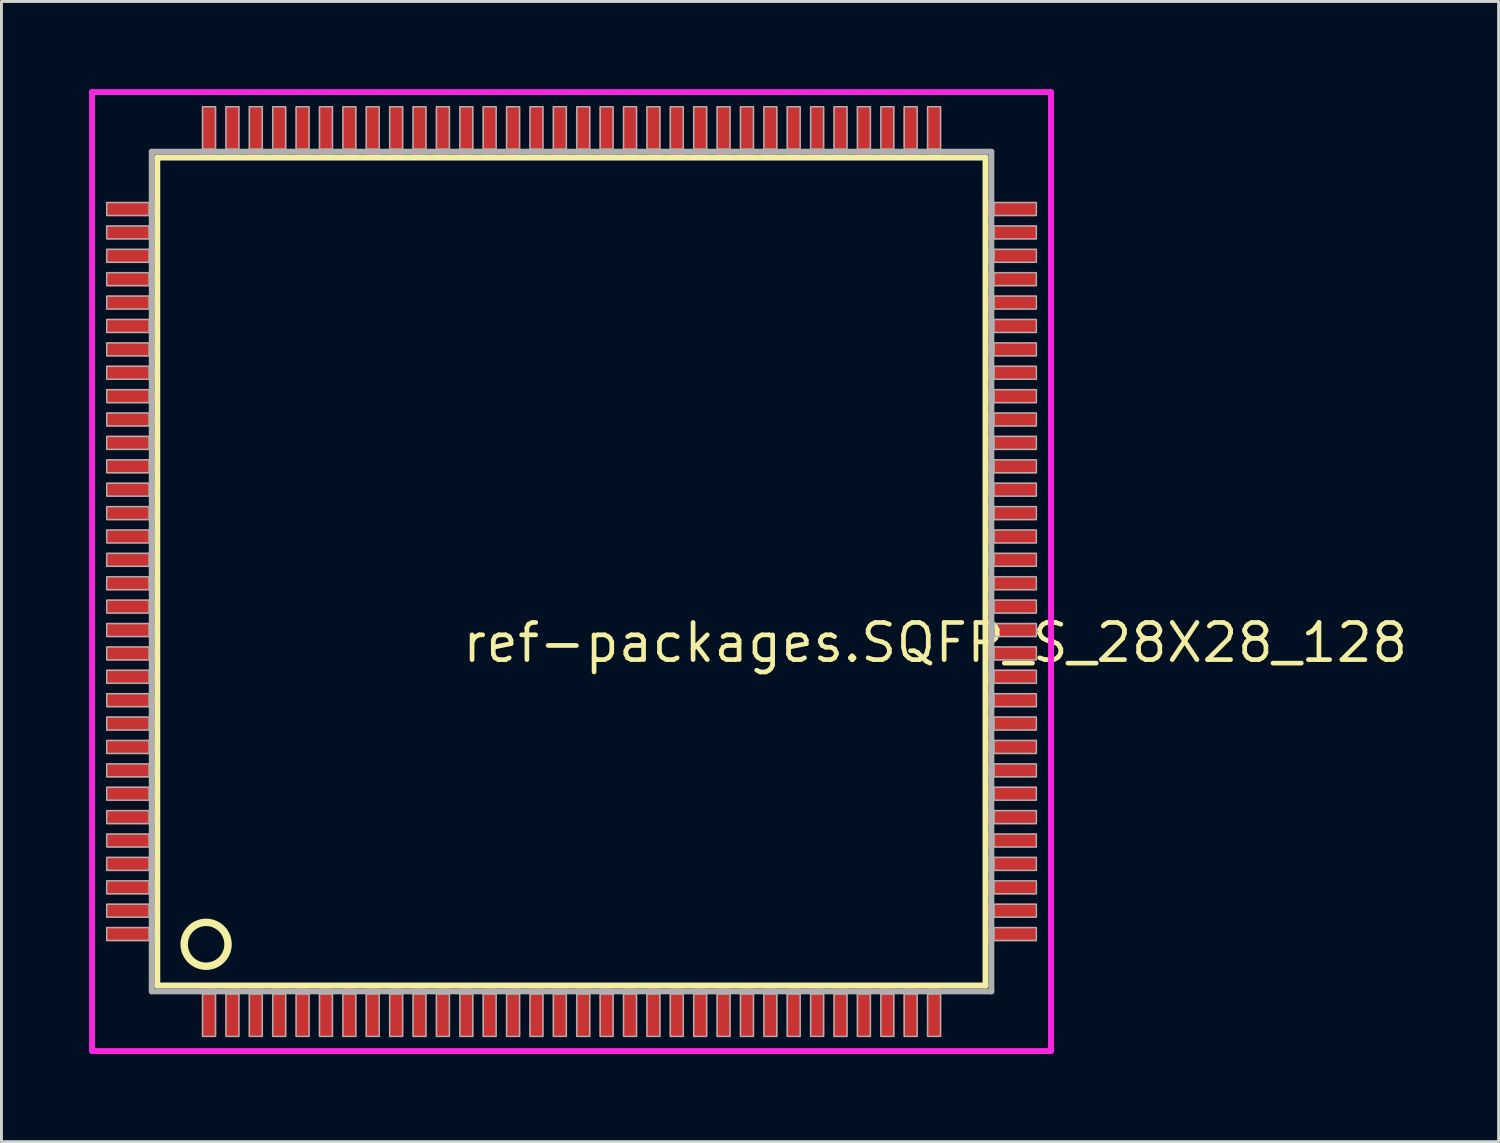
<source format=kicad_pcb>
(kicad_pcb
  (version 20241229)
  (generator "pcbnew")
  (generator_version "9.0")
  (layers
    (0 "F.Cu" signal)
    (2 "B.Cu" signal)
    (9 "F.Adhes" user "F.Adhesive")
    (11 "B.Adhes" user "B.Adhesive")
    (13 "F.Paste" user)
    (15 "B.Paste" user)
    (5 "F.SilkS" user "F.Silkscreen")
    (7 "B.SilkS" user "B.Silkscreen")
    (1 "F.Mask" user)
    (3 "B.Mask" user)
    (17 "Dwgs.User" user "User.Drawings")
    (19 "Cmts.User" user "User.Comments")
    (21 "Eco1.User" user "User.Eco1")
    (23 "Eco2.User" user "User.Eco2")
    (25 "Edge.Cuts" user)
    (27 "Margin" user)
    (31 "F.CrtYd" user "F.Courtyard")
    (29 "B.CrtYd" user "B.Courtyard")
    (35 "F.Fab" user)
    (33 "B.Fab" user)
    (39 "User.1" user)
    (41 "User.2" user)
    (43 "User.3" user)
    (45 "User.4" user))
  (footprint "ref-packages.SQFP_S_28X28_128"
    (layer "F.Cu")
    (at 16.5 16.5)
    (property "Reference" "ref-packages.SQFP_S_28X28_128" (at -3.81 3.175 0) (layer "F.SilkS") (effects (font (size 1.27 1.27) (thickness 0.16)) (justify left bottom)))
    (attr smd)
    (fp_line (start -14.17 -14.16) (end 14.16 -14.16) (stroke (width 0.203) (type default)) (layer "F.SilkS"))
    (fp_line (start -14.17 14.16) (end -14.17 -14.16) (stroke (width 0.203) (type default)) (layer "F.SilkS"))
    (fp_line (start 14.16 -14.16) (end 14.16 14.16) (stroke (width 0.203) (type default)) (layer "F.SilkS"))
    (fp_line (start 14.16 14.16) (end -14.17 14.16) (stroke (width 0.203) (type default)) (layer "F.SilkS"))
    (fp_circle (center -12.5 12.75) (end -11.75 12.75) (stroke (width 0.254) (type default)) (fill no) (layer "F.SilkS"))
    (fp_line (start -16.4 -16.4) (end 16.4 -16.4) (stroke (width 0.2) (type default)) (layer "F.CrtYd"))
    (fp_line (start -16.4 16.4) (end -16.4 -16.4) (stroke (width 0.2) (type default)) (layer "F.CrtYd"))
    (fp_line (start 16.4 -16.4) (end 16.4 16.4) (stroke (width 0.2) (type default)) (layer "F.CrtYd"))
    (fp_line (start 16.4 16.4) (end -16.4 16.4) (stroke (width 0.2) (type default)) (layer "F.CrtYd"))
    (fp_line (start -14.36 -14.36) (end -14.36 14.36) (stroke (width 0.203) (type default)) (layer "F.Fab"))
    (fp_line (start -14.36 14.36) (end 14.36 14.36) (stroke (width 0.203) (type default)) (layer "F.Fab"))
    (fp_line (start 14.36 -14.36) (end -14.36 -14.36) (stroke (width 0.203) (type default)) (layer "F.Fab"))
    (fp_line (start 14.36 14.36) (end 14.36 -14.36) (stroke (width 0.203) (type default)) (layer "F.Fab"))
    (fp_rect (start -15.9 -12.18) (end -14.45 -12.62) (stroke (width 0.05) (type default)) (fill no) (layer "F.Fab"))
    (fp_rect (start -15.9 -11.38) (end -14.45 -11.82) (stroke (width 0.05) (type default)) (fill no) (layer "F.Fab"))
    (fp_rect (start -15.9 -10.58) (end -14.45 -11.02) (stroke (width 0.05) (type default)) (fill no) (layer "F.Fab"))
    (fp_rect (start -15.9 -9.78) (end -14.45 -10.22) (stroke (width 0.05) (type default)) (fill no) (layer "F.Fab"))
    (fp_rect (start -15.9 -8.98) (end -14.45 -9.42) (stroke (width 0.05) (type default)) (fill no) (layer "F.Fab"))
    (fp_rect (start -15.9 -8.18) (end -14.45 -8.62) (stroke (width 0.05) (type default)) (fill no) (layer "F.Fab"))
    (fp_rect (start -15.9 -7.38) (end -14.45 -7.82) (stroke (width 0.05) (type default)) (fill no) (layer "F.Fab"))
    (fp_rect (start -15.9 -6.58) (end -14.45 -7.02) (stroke (width 0.05) (type default)) (fill no) (layer "F.Fab"))
    (fp_rect (start -15.9 -5.78) (end -14.45 -6.22) (stroke (width 0.05) (type default)) (fill no) (layer "F.Fab"))
    (fp_rect (start -15.9 -4.98) (end -14.45 -5.42) (stroke (width 0.05) (type default)) (fill no) (layer "F.Fab"))
    (fp_rect (start -15.9 -4.18) (end -14.45 -4.62) (stroke (width 0.05) (type default)) (fill no) (layer "F.Fab"))
    (fp_rect (start -15.9 -3.38) (end -14.45 -3.82) (stroke (width 0.05) (type default)) (fill no) (layer "F.Fab"))
    (fp_rect (start -15.9 -2.58) (end -14.45 -3.02) (stroke (width 0.05) (type default)) (fill no) (layer "F.Fab"))
    (fp_rect (start -15.9 -1.78) (end -14.45 -2.22) (stroke (width 0.05) (type default)) (fill no) (layer "F.Fab"))
    (fp_rect (start -15.9 -0.98) (end -14.45 -1.42) (stroke (width 0.05) (type default)) (fill no) (layer "F.Fab"))
    (fp_rect (start -15.9 -0.18) (end -14.45 -0.62) (stroke (width 0.05) (type default)) (fill no) (layer "F.Fab"))
    (fp_rect (start -15.9 0.62) (end -14.45 0.18) (stroke (width 0.05) (type default)) (fill no) (layer "F.Fab"))
    (fp_rect (start -15.9 1.42) (end -14.45 0.98) (stroke (width 0.05) (type default)) (fill no) (layer "F.Fab"))
    (fp_rect (start -15.9 2.22) (end -14.45 1.78) (stroke (width 0.05) (type default)) (fill no) (layer "F.Fab"))
    (fp_rect (start -15.9 3.02) (end -14.45 2.58) (stroke (width 0.05) (type default)) (fill no) (layer "F.Fab"))
    (fp_rect (start -15.9 3.82) (end -14.45 3.38) (stroke (width 0.05) (type default)) (fill no) (layer "F.Fab"))
    (fp_rect (start -15.9 4.62) (end -14.45 4.18) (stroke (width 0.05) (type default)) (fill no) (layer "F.Fab"))
    (fp_rect (start -15.9 5.42) (end -14.45 4.98) (stroke (width 0.05) (type default)) (fill no) (layer "F.Fab"))
    (fp_rect (start -15.9 6.22) (end -14.45 5.78) (stroke (width 0.05) (type default)) (fill no) (layer "F.Fab"))
    (fp_rect (start -15.9 7.02) (end -14.45 6.58) (stroke (width 0.05) (type default)) (fill no) (layer "F.Fab"))
    (fp_rect (start -15.9 7.82) (end -14.45 7.38) (stroke (width 0.05) (type default)) (fill no) (layer "F.Fab"))
    (fp_rect (start -15.9 8.62) (end -14.45 8.18) (stroke (width 0.05) (type default)) (fill no) (layer "F.Fab"))
    (fp_rect (start -15.9 9.42) (end -14.45 8.98) (stroke (width 0.05) (type default)) (fill no) (layer "F.Fab"))
    (fp_rect (start -15.9 10.22) (end -14.45 9.78) (stroke (width 0.05) (type default)) (fill no) (layer "F.Fab"))
    (fp_rect (start -15.9 11.02) (end -14.45 10.58) (stroke (width 0.05) (type default)) (fill no) (layer "F.Fab"))
    (fp_rect (start -15.9 11.82) (end -14.45 11.38) (stroke (width 0.05) (type default)) (fill no) (layer "F.Fab"))
    (fp_rect (start -15.9 12.62) (end -14.45 12.18) (stroke (width 0.05) (type default)) (fill no) (layer "F.Fab"))
    (fp_rect (start -12.62 -14.45) (end -12.18 -15.9) (stroke (width 0.05) (type default)) (fill no) (layer "F.Fab"))
    (fp_rect (start -12.62 15.9) (end -12.18 14.45) (stroke (width 0.05) (type default)) (fill no) (layer "F.Fab"))
    (fp_rect (start -11.82 -14.45) (end -11.38 -15.9) (stroke (width 0.05) (type default)) (fill no) (layer "F.Fab"))
    (fp_rect (start -11.82 15.9) (end -11.38 14.45) (stroke (width 0.05) (type default)) (fill no) (layer "F.Fab"))
    (fp_rect (start -11.02 -14.45) (end -10.58 -15.9) (stroke (width 0.05) (type default)) (fill no) (layer "F.Fab"))
    (fp_rect (start -11.02 15.9) (end -10.58 14.45) (stroke (width 0.05) (type default)) (fill no) (layer "F.Fab"))
    (fp_rect (start -10.22 -14.45) (end -9.78 -15.9) (stroke (width 0.05) (type default)) (fill no) (layer "F.Fab"))
    (fp_rect (start -10.22 15.9) (end -9.78 14.45) (stroke (width 0.05) (type default)) (fill no) (layer "F.Fab"))
    (fp_rect (start -9.42 -14.45) (end -8.98 -15.9) (stroke (width 0.05) (type default)) (fill no) (layer "F.Fab"))
    (fp_rect (start -9.42 15.9) (end -8.98 14.45) (stroke (width 0.05) (type default)) (fill no) (layer "F.Fab"))
    (fp_rect (start -8.62 -14.45) (end -8.18 -15.9) (stroke (width 0.05) (type default)) (fill no) (layer "F.Fab"))
    (fp_rect (start -8.62 15.9) (end -8.18 14.45) (stroke (width 0.05) (type default)) (fill no) (layer "F.Fab"))
    (fp_rect (start -7.82 -14.45) (end -7.38 -15.9) (stroke (width 0.05) (type default)) (fill no) (layer "F.Fab"))
    (fp_rect (start -7.82 15.9) (end -7.38 14.45) (stroke (width 0.05) (type default)) (fill no) (layer "F.Fab"))
    (fp_rect (start -7.02 -14.45) (end -6.58 -15.9) (stroke (width 0.05) (type default)) (fill no) (layer "F.Fab"))
    (fp_rect (start -7.02 15.9) (end -6.58 14.45) (stroke (width 0.05) (type default)) (fill no) (layer "F.Fab"))
    (fp_rect (start -6.22 -14.45) (end -5.78 -15.9) (stroke (width 0.05) (type default)) (fill no) (layer "F.Fab"))
    (fp_rect (start -6.22 15.9) (end -5.78 14.45) (stroke (width 0.05) (type default)) (fill no) (layer "F.Fab"))
    (fp_rect (start -5.42 -14.45) (end -4.98 -15.9) (stroke (width 0.05) (type default)) (fill no) (layer "F.Fab"))
    (fp_rect (start -5.42 15.9) (end -4.98 14.45) (stroke (width 0.05) (type default)) (fill no) (layer "F.Fab"))
    (fp_rect (start -4.62 -14.45) (end -4.18 -15.9) (stroke (width 0.05) (type default)) (fill no) (layer "F.Fab"))
    (fp_rect (start -4.62 15.9) (end -4.18 14.45) (stroke (width 0.05) (type default)) (fill no) (layer "F.Fab"))
    (fp_rect (start -3.82 -14.45) (end -3.38 -15.9) (stroke (width 0.05) (type default)) (fill no) (layer "F.Fab"))
    (fp_rect (start -3.82 15.9) (end -3.38 14.45) (stroke (width 0.05) (type default)) (fill no) (layer "F.Fab"))
    (fp_rect (start -3.02 -14.45) (end -2.58 -15.9) (stroke (width 0.05) (type default)) (fill no) (layer "F.Fab"))
    (fp_rect (start -3.02 15.9) (end -2.58 14.45) (stroke (width 0.05) (type default)) (fill no) (layer "F.Fab"))
    (fp_rect (start -2.22 -14.45) (end -1.78 -15.9) (stroke (width 0.05) (type default)) (fill no) (layer "F.Fab"))
    (fp_rect (start -2.22 15.9) (end -1.78 14.45) (stroke (width 0.05) (type default)) (fill no) (layer "F.Fab"))
    (fp_rect (start -1.42 -14.45) (end -0.98 -15.9) (stroke (width 0.05) (type default)) (fill no) (layer "F.Fab"))
    (fp_rect (start -1.42 15.9) (end -0.98 14.45) (stroke (width 0.05) (type default)) (fill no) (layer "F.Fab"))
    (fp_rect (start -0.62 -14.45) (end -0.18 -15.9) (stroke (width 0.05) (type default)) (fill no) (layer "F.Fab"))
    (fp_rect (start -0.62 15.9) (end -0.18 14.45) (stroke (width 0.05) (type default)) (fill no) (layer "F.Fab"))
    (fp_rect (start 0.18 -14.45) (end 0.62 -15.9) (stroke (width 0.05) (type default)) (fill no) (layer "F.Fab"))
    (fp_rect (start 0.18 15.9) (end 0.62 14.45) (stroke (width 0.05) (type default)) (fill no) (layer "F.Fab"))
    (fp_rect (start 0.98 -14.45) (end 1.42 -15.9) (stroke (width 0.05) (type default)) (fill no) (layer "F.Fab"))
    (fp_rect (start 0.98 15.9) (end 1.42 14.45) (stroke (width 0.05) (type default)) (fill no) (layer "F.Fab"))
    (fp_rect (start 1.78 -14.45) (end 2.22 -15.9) (stroke (width 0.05) (type default)) (fill no) (layer "F.Fab"))
    (fp_rect (start 1.78 15.9) (end 2.22 14.45) (stroke (width 0.05) (type default)) (fill no) (layer "F.Fab"))
    (fp_rect (start 2.58 -14.45) (end 3.02 -15.9) (stroke (width 0.05) (type default)) (fill no) (layer "F.Fab"))
    (fp_rect (start 2.58 15.9) (end 3.02 14.45) (stroke (width 0.05) (type default)) (fill no) (layer "F.Fab"))
    (fp_rect (start 3.38 -14.45) (end 3.82 -15.9) (stroke (width 0.05) (type default)) (fill no) (layer "F.Fab"))
    (fp_rect (start 3.38 15.9) (end 3.82 14.45) (stroke (width 0.05) (type default)) (fill no) (layer "F.Fab"))
    (fp_rect (start 4.18 -14.45) (end 4.62 -15.9) (stroke (width 0.05) (type default)) (fill no) (layer "F.Fab"))
    (fp_rect (start 4.18 15.9) (end 4.62 14.45) (stroke (width 0.05) (type default)) (fill no) (layer "F.Fab"))
    (fp_rect (start 4.98 -14.45) (end 5.42 -15.9) (stroke (width 0.05) (type default)) (fill no) (layer "F.Fab"))
    (fp_rect (start 4.98 15.9) (end 5.42 14.45) (stroke (width 0.05) (type default)) (fill no) (layer "F.Fab"))
    (fp_rect (start 5.78 -14.45) (end 6.22 -15.9) (stroke (width 0.05) (type default)) (fill no) (layer "F.Fab"))
    (fp_rect (start 5.78 15.9) (end 6.22 14.45) (stroke (width 0.05) (type default)) (fill no) (layer "F.Fab"))
    (fp_rect (start 6.58 -14.45) (end 7.02 -15.9) (stroke (width 0.05) (type default)) (fill no) (layer "F.Fab"))
    (fp_rect (start 6.58 15.9) (end 7.02 14.45) (stroke (width 0.05) (type default)) (fill no) (layer "F.Fab"))
    (fp_rect (start 7.38 -14.45) (end 7.82 -15.9) (stroke (width 0.05) (type default)) (fill no) (layer "F.Fab"))
    (fp_rect (start 7.38 15.9) (end 7.82 14.45) (stroke (width 0.05) (type default)) (fill no) (layer "F.Fab"))
    (fp_rect (start 8.18 -14.45) (end 8.62 -15.9) (stroke (width 0.05) (type default)) (fill no) (layer "F.Fab"))
    (fp_rect (start 8.18 15.9) (end 8.62 14.45) (stroke (width 0.05) (type default)) (fill no) (layer "F.Fab"))
    (fp_rect (start 8.98 -14.45) (end 9.42 -15.9) (stroke (width 0.05) (type default)) (fill no) (layer "F.Fab"))
    (fp_rect (start 8.98 15.9) (end 9.42 14.45) (stroke (width 0.05) (type default)) (fill no) (layer "F.Fab"))
    (fp_rect (start 9.78 -14.45) (end 10.22 -15.9) (stroke (width 0.05) (type default)) (fill no) (layer "F.Fab"))
    (fp_rect (start 9.78 15.9) (end 10.22 14.45) (stroke (width 0.05) (type default)) (fill no) (layer "F.Fab"))
    (fp_rect (start 10.58 -14.45) (end 11.02 -15.9) (stroke (width 0.05) (type default)) (fill no) (layer "F.Fab"))
    (fp_rect (start 10.58 15.9) (end 11.02 14.45) (stroke (width 0.05) (type default)) (fill no) (layer "F.Fab"))
    (fp_rect (start 11.38 -14.45) (end 11.82 -15.9) (stroke (width 0.05) (type default)) (fill no) (layer "F.Fab"))
    (fp_rect (start 11.38 15.9) (end 11.82 14.45) (stroke (width 0.05) (type default)) (fill no) (layer "F.Fab"))
    (fp_rect (start 12.18 -14.45) (end 12.62 -15.9) (stroke (width 0.05) (type default)) (fill no) (layer "F.Fab"))
    (fp_rect (start 12.18 15.9) (end 12.62 14.45) (stroke (width 0.05) (type default)) (fill no) (layer "F.Fab"))
    (fp_rect (start 14.45 -12.18) (end 15.9 -12.62) (stroke (width 0.05) (type default)) (fill no) (layer "F.Fab"))
    (fp_rect (start 14.45 -11.38) (end 15.9 -11.82) (stroke (width 0.05) (type default)) (fill no) (layer "F.Fab"))
    (fp_rect (start 14.45 -10.58) (end 15.9 -11.02) (stroke (width 0.05) (type default)) (fill no) (layer "F.Fab"))
    (fp_rect (start 14.45 -9.78) (end 15.9 -10.22) (stroke (width 0.05) (type default)) (fill no) (layer "F.Fab"))
    (fp_rect (start 14.45 -8.98) (end 15.9 -9.42) (stroke (width 0.05) (type default)) (fill no) (layer "F.Fab"))
    (fp_rect (start 14.45 -8.18) (end 15.9 -8.62) (stroke (width 0.05) (type default)) (fill no) (layer "F.Fab"))
    (fp_rect (start 14.45 -7.38) (end 15.9 -7.82) (stroke (width 0.05) (type default)) (fill no) (layer "F.Fab"))
    (fp_rect (start 14.45 -6.58) (end 15.9 -7.02) (stroke (width 0.05) (type default)) (fill no) (layer "F.Fab"))
    (fp_rect (start 14.45 -5.78) (end 15.9 -6.22) (stroke (width 0.05) (type default)) (fill no) (layer "F.Fab"))
    (fp_rect (start 14.45 -4.98) (end 15.9 -5.42) (stroke (width 0.05) (type default)) (fill no) (layer "F.Fab"))
    (fp_rect (start 14.45 -4.18) (end 15.9 -4.62) (stroke (width 0.05) (type default)) (fill no) (layer "F.Fab"))
    (fp_rect (start 14.45 -3.38) (end 15.9 -3.82) (stroke (width 0.05) (type default)) (fill no) (layer "F.Fab"))
    (fp_rect (start 14.45 -2.58) (end 15.9 -3.02) (stroke (width 0.05) (type default)) (fill no) (layer "F.Fab"))
    (fp_rect (start 14.45 -1.78) (end 15.9 -2.22) (stroke (width 0.05) (type default)) (fill no) (layer "F.Fab"))
    (fp_rect (start 14.45 -0.98) (end 15.9 -1.42) (stroke (width 0.05) (type default)) (fill no) (layer "F.Fab"))
    (fp_rect (start 14.45 -0.18) (end 15.9 -0.62) (stroke (width 0.05) (type default)) (fill no) (layer "F.Fab"))
    (fp_rect (start 14.45 0.62) (end 15.9 0.18) (stroke (width 0.05) (type default)) (fill no) (layer "F.Fab"))
    (fp_rect (start 14.45 1.42) (end 15.9 0.98) (stroke (width 0.05) (type default)) (fill no) (layer "F.Fab"))
    (fp_rect (start 14.45 2.22) (end 15.9 1.78) (stroke (width 0.05) (type default)) (fill no) (layer "F.Fab"))
    (fp_rect (start 14.45 3.02) (end 15.9 2.58) (stroke (width 0.05) (type default)) (fill no) (layer "F.Fab"))
    (fp_rect (start 14.45 3.82) (end 15.9 3.38) (stroke (width 0.05) (type default)) (fill no) (layer "F.Fab"))
    (fp_rect (start 14.45 4.62) (end 15.9 4.18) (stroke (width 0.05) (type default)) (fill no) (layer "F.Fab"))
    (fp_rect (start 14.45 5.42) (end 15.9 4.98) (stroke (width 0.05) (type default)) (fill no) (layer "F.Fab"))
    (fp_rect (start 14.45 6.22) (end 15.9 5.78) (stroke (width 0.05) (type default)) (fill no) (layer "F.Fab"))
    (fp_rect (start 14.45 7.02) (end 15.9 6.58) (stroke (width 0.05) (type default)) (fill no) (layer "F.Fab"))
    (fp_rect (start 14.45 7.82) (end 15.9 7.38) (stroke (width 0.05) (type default)) (fill no) (layer "F.Fab"))
    (fp_rect (start 14.45 8.62) (end 15.9 8.18) (stroke (width 0.05) (type default)) (fill no) (layer "F.Fab"))
    (fp_rect (start 14.45 9.42) (end 15.9 8.98) (stroke (width 0.05) (type default)) (fill no) (layer "F.Fab"))
    (fp_rect (start 14.45 10.22) (end 15.9 9.78) (stroke (width 0.05) (type default)) (fill no) (layer "F.Fab"))
    (fp_rect (start 14.45 11.02) (end 15.9 10.58) (stroke (width 0.05) (type default)) (fill no) (layer "F.Fab"))
    (fp_rect (start 14.45 11.82) (end 15.9 11.38) (stroke (width 0.05) (type default)) (fill no) (layer "F.Fab"))
    (fp_rect (start 14.45 12.62) (end 15.9 12.18) (stroke (width 0.05) (type default)) (fill no) (layer "F.Fab"))
    (pad "1" smd roundrect (at -12.4 15) (size 0.5 1.8) (layers "F.Cu" "F.Mask" "F.Paste") (roundrect_rratio 0.01))
    (pad "2" smd roundrect (at -11.6 15) (size 0.5 1.8) (layers "F.Cu" "F.Mask" "F.Paste") (roundrect_rratio 0.01))
    (pad "3" smd roundrect (at -10.8 15) (size 0.5 1.8) (layers "F.Cu" "F.Mask" "F.Paste") (roundrect_rratio 0.01))
    (pad "4" smd roundrect (at -10 15) (size 0.5 1.8) (layers "F.Cu" "F.Mask" "F.Paste") (roundrect_rratio 0.01))
    (pad "5" smd roundrect (at -9.2 15) (size 0.5 1.8) (layers "F.Cu" "F.Mask" "F.Paste") (roundrect_rratio 0.01))
    (pad "6" smd roundrect (at -8.4 15) (size 0.5 1.8) (layers "F.Cu" "F.Mask" "F.Paste") (roundrect_rratio 0.01))
    (pad "7" smd roundrect (at -7.6 15) (size 0.5 1.8) (layers "F.Cu" "F.Mask" "F.Paste") (roundrect_rratio 0.01))
    (pad "8" smd roundrect (at -6.8 15) (size 0.5 1.8) (layers "F.Cu" "F.Mask" "F.Paste") (roundrect_rratio 0.01))
    (pad "9" smd roundrect (at -6 15) (size 0.5 1.8) (layers "F.Cu" "F.Mask" "F.Paste") (roundrect_rratio 0.01))
    (pad "10" smd roundrect (at -5.2 15) (size 0.5 1.8) (layers "F.Cu" "F.Mask" "F.Paste") (roundrect_rratio 0.01))
    (pad "11" smd roundrect (at -4.4 15) (size 0.5 1.8) (layers "F.Cu" "F.Mask" "F.Paste") (roundrect_rratio 0.01))
    (pad "12" smd roundrect (at -3.6 15) (size 0.5 1.8) (layers "F.Cu" "F.Mask" "F.Paste") (roundrect_rratio 0.01))
    (pad "13" smd roundrect (at -2.8 15) (size 0.5 1.8) (layers "F.Cu" "F.Mask" "F.Paste") (roundrect_rratio 0.01))
    (pad "14" smd roundrect (at -2 15) (size 0.5 1.8) (layers "F.Cu" "F.Mask" "F.Paste") (roundrect_rratio 0.01))
    (pad "15" smd roundrect (at -1.2 15) (size 0.5 1.8) (layers "F.Cu" "F.Mask" "F.Paste") (roundrect_rratio 0.01))
    (pad "16" smd roundrect (at -0.4 15) (size 0.5 1.8) (layers "F.Cu" "F.Mask" "F.Paste") (roundrect_rratio 0.01))
    (pad "17" smd roundrect (at 0.4 15) (size 0.5 1.8) (layers "F.Cu" "F.Mask" "F.Paste") (roundrect_rratio 0.01))
    (pad "18" smd roundrect (at 1.2 15) (size 0.5 1.8) (layers "F.Cu" "F.Mask" "F.Paste") (roundrect_rratio 0.01))
    (pad "19" smd roundrect (at 2 15) (size 0.5 1.8) (layers "F.Cu" "F.Mask" "F.Paste") (roundrect_rratio 0.01))
    (pad "20" smd roundrect (at 2.8 15) (size 0.5 1.8) (layers "F.Cu" "F.Mask" "F.Paste") (roundrect_rratio 0.01))
    (pad "21" smd roundrect (at 3.6 15) (size 0.5 1.8) (layers "F.Cu" "F.Mask" "F.Paste") (roundrect_rratio 0.01))
    (pad "22" smd roundrect (at 4.4 15) (size 0.5 1.8) (layers "F.Cu" "F.Mask" "F.Paste") (roundrect_rratio 0.01))
    (pad "23" smd roundrect (at 5.2 15) (size 0.5 1.8) (layers "F.Cu" "F.Mask" "F.Paste") (roundrect_rratio 0.01))
    (pad "24" smd roundrect (at 6 15) (size 0.5 1.8) (layers "F.Cu" "F.Mask" "F.Paste") (roundrect_rratio 0.01))
    (pad "25" smd roundrect (at 6.8 15) (size 0.5 1.8) (layers "F.Cu" "F.Mask" "F.Paste") (roundrect_rratio 0.01))
    (pad "26" smd roundrect (at 7.6 15) (size 0.5 1.8) (layers "F.Cu" "F.Mask" "F.Paste") (roundrect_rratio 0.01))
    (pad "27" smd roundrect (at 8.4 15) (size 0.5 1.8) (layers "F.Cu" "F.Mask" "F.Paste") (roundrect_rratio 0.01))
    (pad "28" smd roundrect (at 9.2 15) (size 0.5 1.8) (layers "F.Cu" "F.Mask" "F.Paste") (roundrect_rratio 0.01))
    (pad "29" smd roundrect (at 10 15) (size 0.5 1.8) (layers "F.Cu" "F.Mask" "F.Paste") (roundrect_rratio 0.01))
    (pad "30" smd roundrect (at 10.8 15) (size 0.5 1.8) (layers "F.Cu" "F.Mask" "F.Paste") (roundrect_rratio 0.01))
    (pad "31" smd roundrect (at 11.6 15) (size 0.5 1.8) (layers "F.Cu" "F.Mask" "F.Paste") (roundrect_rratio 0.01))
    (pad "32" smd roundrect (at 12.4 15) (size 0.5 1.8) (layers "F.Cu" "F.Mask" "F.Paste") (roundrect_rratio 0.01))
    (pad "33" smd roundrect (at 15 12.4) (size 1.8 0.5) (layers "F.Cu" "F.Mask" "F.Paste") (roundrect_rratio 0.01))
    (pad "34" smd roundrect (at 15 11.6) (size 1.8 0.5) (layers "F.Cu" "F.Mask" "F.Paste") (roundrect_rratio 0.01))
    (pad "35" smd roundrect (at 15 10.8) (size 1.8 0.5) (layers "F.Cu" "F.Mask" "F.Paste") (roundrect_rratio 0.01))
    (pad "36" smd roundrect (at 15 10) (size 1.8 0.5) (layers "F.Cu" "F.Mask" "F.Paste") (roundrect_rratio 0.01))
    (pad "37" smd roundrect (at 15 9.2) (size 1.8 0.5) (layers "F.Cu" "F.Mask" "F.Paste") (roundrect_rratio 0.01))
    (pad "38" smd roundrect (at 15 8.4) (size 1.8 0.5) (layers "F.Cu" "F.Mask" "F.Paste") (roundrect_rratio 0.01))
    (pad "39" smd roundrect (at 15 7.6) (size 1.8 0.5) (layers "F.Cu" "F.Mask" "F.Paste") (roundrect_rratio 0.01))
    (pad "40" smd roundrect (at 15 6.8) (size 1.8 0.5) (layers "F.Cu" "F.Mask" "F.Paste") (roundrect_rratio 0.01))
    (pad "41" smd roundrect (at 15 6) (size 1.8 0.5) (layers "F.Cu" "F.Mask" "F.Paste") (roundrect_rratio 0.01))
    (pad "42" smd roundrect (at 15 5.2) (size 1.8 0.5) (layers "F.Cu" "F.Mask" "F.Paste") (roundrect_rratio 0.01))
    (pad "43" smd roundrect (at 15 4.4) (size 1.8 0.5) (layers "F.Cu" "F.Mask" "F.Paste") (roundrect_rratio 0.01))
    (pad "44" smd roundrect (at 15 3.6) (size 1.8 0.5) (layers "F.Cu" "F.Mask" "F.Paste") (roundrect_rratio 0.01))
    (pad "45" smd roundrect (at 15 2.8) (size 1.8 0.5) (layers "F.Cu" "F.Mask" "F.Paste") (roundrect_rratio 0.01))
    (pad "46" smd roundrect (at 15 2) (size 1.8 0.5) (layers "F.Cu" "F.Mask" "F.Paste") (roundrect_rratio 0.01))
    (pad "47" smd roundrect (at 15 1.2) (size 1.8 0.5) (layers "F.Cu" "F.Mask" "F.Paste") (roundrect_rratio 0.01))
    (pad "48" smd roundrect (at 15 0.4) (size 1.8 0.5) (layers "F.Cu" "F.Mask" "F.Paste") (roundrect_rratio 0.01))
    (pad "49" smd roundrect (at 15 -0.4) (size 1.8 0.5) (layers "F.Cu" "F.Mask" "F.Paste") (roundrect_rratio 0.01))
    (pad "50" smd roundrect (at 15 -1.2) (size 1.8 0.5) (layers "F.Cu" "F.Mask" "F.Paste") (roundrect_rratio 0.01))
    (pad "51" smd roundrect (at 15 -2) (size 1.8 0.5) (layers "F.Cu" "F.Mask" "F.Paste") (roundrect_rratio 0.01))
    (pad "52" smd roundrect (at 15 -2.8) (size 1.8 0.5) (layers "F.Cu" "F.Mask" "F.Paste") (roundrect_rratio 0.01))
    (pad "53" smd roundrect (at 15 -3.6) (size 1.8 0.5) (layers "F.Cu" "F.Mask" "F.Paste") (roundrect_rratio 0.01))
    (pad "54" smd roundrect (at 15 -4.4) (size 1.8 0.5) (layers "F.Cu" "F.Mask" "F.Paste") (roundrect_rratio 0.01))
    (pad "55" smd roundrect (at 15 -5.2) (size 1.8 0.5) (layers "F.Cu" "F.Mask" "F.Paste") (roundrect_rratio 0.01))
    (pad "56" smd roundrect (at 15 -6) (size 1.8 0.5) (layers "F.Cu" "F.Mask" "F.Paste") (roundrect_rratio 0.01))
    (pad "57" smd roundrect (at 15 -6.8) (size 1.8 0.5) (layers "F.Cu" "F.Mask" "F.Paste") (roundrect_rratio 0.01))
    (pad "58" smd roundrect (at 15 -7.6) (size 1.8 0.5) (layers "F.Cu" "F.Mask" "F.Paste") (roundrect_rratio 0.01))
    (pad "59" smd roundrect (at 15 -8.4) (size 1.8 0.5) (layers "F.Cu" "F.Mask" "F.Paste") (roundrect_rratio 0.01))
    (pad "60" smd roundrect (at 15 -9.2) (size 1.8 0.5) (layers "F.Cu" "F.Mask" "F.Paste") (roundrect_rratio 0.01))
    (pad "61" smd roundrect (at 15 -10) (size 1.8 0.5) (layers "F.Cu" "F.Mask" "F.Paste") (roundrect_rratio 0.01))
    (pad "62" smd roundrect (at 15 -10.8) (size 1.8 0.5) (layers "F.Cu" "F.Mask" "F.Paste") (roundrect_rratio 0.01))
    (pad "63" smd roundrect (at 15 -11.6) (size 1.8 0.5) (layers "F.Cu" "F.Mask" "F.Paste") (roundrect_rratio 0.01))
    (pad "64" smd roundrect (at 15 -12.4) (size 1.8 0.5) (layers "F.Cu" "F.Mask" "F.Paste") (roundrect_rratio 0.01))
    (pad "65" smd roundrect (at 12.4 -15) (size 0.5 1.8) (layers "F.Cu" "F.Mask" "F.Paste") (roundrect_rratio 0.01))
    (pad "66" smd roundrect (at 11.6 -15) (size 0.5 1.8) (layers "F.Cu" "F.Mask" "F.Paste") (roundrect_rratio 0.01))
    (pad "67" smd roundrect (at 10.8 -15) (size 0.5 1.8) (layers "F.Cu" "F.Mask" "F.Paste") (roundrect_rratio 0.01))
    (pad "68" smd roundrect (at 10 -15) (size 0.5 1.8) (layers "F.Cu" "F.Mask" "F.Paste") (roundrect_rratio 0.01))
    (pad "69" smd roundrect (at 9.2 -15) (size 0.5 1.8) (layers "F.Cu" "F.Mask" "F.Paste") (roundrect_rratio 0.01))
    (pad "70" smd roundrect (at 8.4 -15) (size 0.5 1.8) (layers "F.Cu" "F.Mask" "F.Paste") (roundrect_rratio 0.01))
    (pad "71" smd roundrect (at 7.6 -15) (size 0.5 1.8) (layers "F.Cu" "F.Mask" "F.Paste") (roundrect_rratio 0.01))
    (pad "72" smd roundrect (at 6.8 -15) (size 0.5 1.8) (layers "F.Cu" "F.Mask" "F.Paste") (roundrect_rratio 0.01))
    (pad "73" smd roundrect (at 6 -15) (size 0.5 1.8) (layers "F.Cu" "F.Mask" "F.Paste") (roundrect_rratio 0.01))
    (pad "74" smd roundrect (at 5.2 -15) (size 0.5 1.8) (layers "F.Cu" "F.Mask" "F.Paste") (roundrect_rratio 0.01))
    (pad "75" smd roundrect (at 4.4 -15) (size 0.5 1.8) (layers "F.Cu" "F.Mask" "F.Paste") (roundrect_rratio 0.01))
    (pad "76" smd roundrect (at 3.6 -15) (size 0.5 1.8) (layers "F.Cu" "F.Mask" "F.Paste") (roundrect_rratio 0.01))
    (pad "77" smd roundrect (at 2.8 -15) (size 0.5 1.8) (layers "F.Cu" "F.Mask" "F.Paste") (roundrect_rratio 0.01))
    (pad "78" smd roundrect (at 2 -15) (size 0.5 1.8) (layers "F.Cu" "F.Mask" "F.Paste") (roundrect_rratio 0.01))
    (pad "79" smd roundrect (at 1.2 -15) (size 0.5 1.8) (layers "F.Cu" "F.Mask" "F.Paste") (roundrect_rratio 0.01))
    (pad "80" smd roundrect (at 0.4 -15) (size 0.5 1.8) (layers "F.Cu" "F.Mask" "F.Paste") (roundrect_rratio 0.01))
    (pad "81" smd roundrect (at -0.4 -15) (size 0.5 1.8) (layers "F.Cu" "F.Mask" "F.Paste") (roundrect_rratio 0.01))
    (pad "82" smd roundrect (at -1.2 -15) (size 0.5 1.8) (layers "F.Cu" "F.Mask" "F.Paste") (roundrect_rratio 0.01))
    (pad "83" smd roundrect (at -2 -15) (size 0.5 1.8) (layers "F.Cu" "F.Mask" "F.Paste") (roundrect_rratio 0.01))
    (pad "84" smd roundrect (at -2.8 -15) (size 0.5 1.8) (layers "F.Cu" "F.Mask" "F.Paste") (roundrect_rratio 0.01))
    (pad "85" smd roundrect (at -3.6 -15) (size 0.5 1.8) (layers "F.Cu" "F.Mask" "F.Paste") (roundrect_rratio 0.01))
    (pad "86" smd roundrect (at -4.4 -15) (size 0.5 1.8) (layers "F.Cu" "F.Mask" "F.Paste") (roundrect_rratio 0.01))
    (pad "87" smd roundrect (at -5.2 -15) (size 0.5 1.8) (layers "F.Cu" "F.Mask" "F.Paste") (roundrect_rratio 0.01))
    (pad "88" smd roundrect (at -6 -15) (size 0.5 1.8) (layers "F.Cu" "F.Mask" "F.Paste") (roundrect_rratio 0.01))
    (pad "89" smd roundrect (at -6.8 -15) (size 0.5 1.8) (layers "F.Cu" "F.Mask" "F.Paste") (roundrect_rratio 0.01))
    (pad "90" smd roundrect (at -7.6 -15) (size 0.5 1.8) (layers "F.Cu" "F.Mask" "F.Paste") (roundrect_rratio 0.01))
    (pad "91" smd roundrect (at -8.4 -15) (size 0.5 1.8) (layers "F.Cu" "F.Mask" "F.Paste") (roundrect_rratio 0.01))
    (pad "92" smd roundrect (at -9.2 -15) (size 0.5 1.8) (layers "F.Cu" "F.Mask" "F.Paste") (roundrect_rratio 0.01))
    (pad "93" smd roundrect (at -10 -15) (size 0.5 1.8) (layers "F.Cu" "F.Mask" "F.Paste") (roundrect_rratio 0.01))
    (pad "94" smd roundrect (at -10.8 -15) (size 0.5 1.8) (layers "F.Cu" "F.Mask" "F.Paste") (roundrect_rratio 0.01))
    (pad "95" smd roundrect (at -11.6 -15) (size 0.5 1.8) (layers "F.Cu" "F.Mask" "F.Paste") (roundrect_rratio 0.01))
    (pad "96" smd roundrect (at -12.4 -15) (size 0.5 1.8) (layers "F.Cu" "F.Mask" "F.Paste") (roundrect_rratio 0.01))
    (pad "97" smd roundrect (at -15 -12.4) (size 1.8 0.5) (layers "F.Cu" "F.Mask" "F.Paste") (roundrect_rratio 0.01))
    (pad "98" smd roundrect (at -15 -11.6) (size 1.8 0.5) (layers "F.Cu" "F.Mask" "F.Paste") (roundrect_rratio 0.01))
    (pad "99" smd roundrect (at -15 -10.8) (size 1.8 0.5) (layers "F.Cu" "F.Mask" "F.Paste") (roundrect_rratio 0.01))
    (pad "100" smd roundrect (at -15 -10) (size 1.8 0.5) (layers "F.Cu" "F.Mask" "F.Paste") (roundrect_rratio 0.01))
    (pad "101" smd roundrect (at -15 -9.2) (size 1.8 0.5) (layers "F.Cu" "F.Mask" "F.Paste") (roundrect_rratio 0.01))
    (pad "102" smd roundrect (at -15 -8.4) (size 1.8 0.5) (layers "F.Cu" "F.Mask" "F.Paste") (roundrect_rratio 0.01))
    (pad "103" smd roundrect (at -15 -7.6) (size 1.8 0.5) (layers "F.Cu" "F.Mask" "F.Paste") (roundrect_rratio 0.01))
    (pad "104" smd roundrect (at -15 -6.8) (size 1.8 0.5) (layers "F.Cu" "F.Mask" "F.Paste") (roundrect_rratio 0.01))
    (pad "105" smd roundrect (at -15 -6) (size 1.8 0.5) (layers "F.Cu" "F.Mask" "F.Paste") (roundrect_rratio 0.01))
    (pad "106" smd roundrect (at -15 -5.2) (size 1.8 0.5) (layers "F.Cu" "F.Mask" "F.Paste") (roundrect_rratio 0.01))
    (pad "107" smd roundrect (at -15 -4.4) (size 1.8 0.5) (layers "F.Cu" "F.Mask" "F.Paste") (roundrect_rratio 0.01))
    (pad "108" smd roundrect (at -15 -3.6) (size 1.8 0.5) (layers "F.Cu" "F.Mask" "F.Paste") (roundrect_rratio 0.01))
    (pad "109" smd roundrect (at -15 -2.8) (size 1.8 0.5) (layers "F.Cu" "F.Mask" "F.Paste") (roundrect_rratio 0.01))
    (pad "110" smd roundrect (at -15 -2) (size 1.8 0.5) (layers "F.Cu" "F.Mask" "F.Paste") (roundrect_rratio 0.01))
    (pad "111" smd roundrect (at -15 -1.2) (size 1.8 0.5) (layers "F.Cu" "F.Mask" "F.Paste") (roundrect_rratio 0.01))
    (pad "112" smd roundrect (at -15 -0.4) (size 1.8 0.5) (layers "F.Cu" "F.Mask" "F.Paste") (roundrect_rratio 0.01))
    (pad "113" smd roundrect (at -15 0.4) (size 1.8 0.5) (layers "F.Cu" "F.Mask" "F.Paste") (roundrect_rratio 0.01))
    (pad "114" smd roundrect (at -15 1.2) (size 1.8 0.5) (layers "F.Cu" "F.Mask" "F.Paste") (roundrect_rratio 0.01))
    (pad "115" smd roundrect (at -15 2) (size 1.8 0.5) (layers "F.Cu" "F.Mask" "F.Paste") (roundrect_rratio 0.01))
    (pad "116" smd roundrect (at -15 2.8) (size 1.8 0.5) (layers "F.Cu" "F.Mask" "F.Paste") (roundrect_rratio 0.01))
    (pad "117" smd roundrect (at -15 3.6) (size 1.8 0.5) (layers "F.Cu" "F.Mask" "F.Paste") (roundrect_rratio 0.01))
    (pad "118" smd roundrect (at -15 4.4) (size 1.8 0.5) (layers "F.Cu" "F.Mask" "F.Paste") (roundrect_rratio 0.01))
    (pad "119" smd roundrect (at -15 5.2) (size 1.8 0.5) (layers "F.Cu" "F.Mask" "F.Paste") (roundrect_rratio 0.01))
    (pad "120" smd roundrect (at -15 6) (size 1.8 0.5) (layers "F.Cu" "F.Mask" "F.Paste") (roundrect_rratio 0.01))
    (pad "121" smd roundrect (at -15 6.8) (size 1.8 0.5) (layers "F.Cu" "F.Mask" "F.Paste") (roundrect_rratio 0.01))
    (pad "122" smd roundrect (at -15 7.6) (size 1.8 0.5) (layers "F.Cu" "F.Mask" "F.Paste") (roundrect_rratio 0.01))
    (pad "123" smd roundrect (at -15 8.4) (size 1.8 0.5) (layers "F.Cu" "F.Mask" "F.Paste") (roundrect_rratio 0.01))
    (pad "124" smd roundrect (at -15 9.2) (size 1.8 0.5) (layers "F.Cu" "F.Mask" "F.Paste") (roundrect_rratio 0.01))
    (pad "125" smd roundrect (at -15 10) (size 1.8 0.5) (layers "F.Cu" "F.Mask" "F.Paste") (roundrect_rratio 0.01))
    (pad "126" smd roundrect (at -15 10.8) (size 1.8 0.5) (layers "F.Cu" "F.Mask" "F.Paste") (roundrect_rratio 0.01))
    (pad "127" smd roundrect (at -15 11.6) (size 1.8 0.5) (layers "F.Cu" "F.Mask" "F.Paste") (roundrect_rratio 0.01))
    (pad "128" smd roundrect (at -15 12.4) (size 1.8 0.5) (layers "F.Cu" "F.Mask" "F.Paste") (roundrect_rratio 0.01)))
  (gr_rect
    (start -3 -3)
    (end 48.21 36)
    (stroke (width 0.1) (type default))
    (fill no)
    (layer "Edge.Cuts")))
</source>
